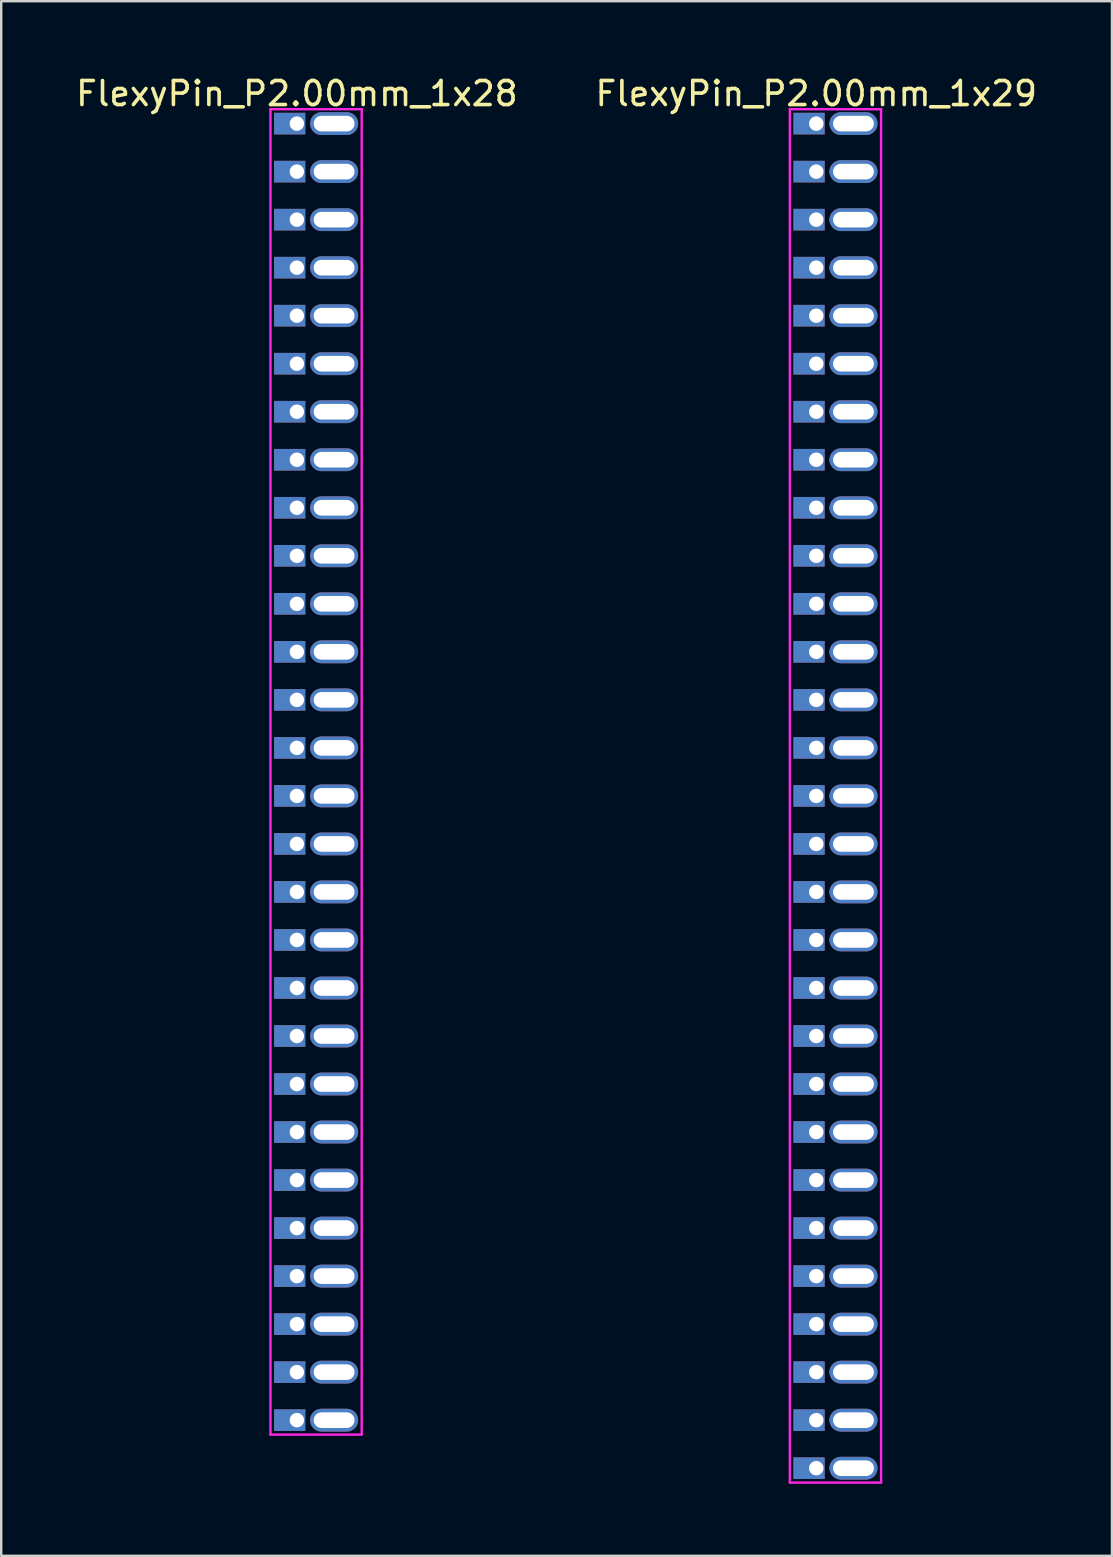
<source format=kicad_pcb>
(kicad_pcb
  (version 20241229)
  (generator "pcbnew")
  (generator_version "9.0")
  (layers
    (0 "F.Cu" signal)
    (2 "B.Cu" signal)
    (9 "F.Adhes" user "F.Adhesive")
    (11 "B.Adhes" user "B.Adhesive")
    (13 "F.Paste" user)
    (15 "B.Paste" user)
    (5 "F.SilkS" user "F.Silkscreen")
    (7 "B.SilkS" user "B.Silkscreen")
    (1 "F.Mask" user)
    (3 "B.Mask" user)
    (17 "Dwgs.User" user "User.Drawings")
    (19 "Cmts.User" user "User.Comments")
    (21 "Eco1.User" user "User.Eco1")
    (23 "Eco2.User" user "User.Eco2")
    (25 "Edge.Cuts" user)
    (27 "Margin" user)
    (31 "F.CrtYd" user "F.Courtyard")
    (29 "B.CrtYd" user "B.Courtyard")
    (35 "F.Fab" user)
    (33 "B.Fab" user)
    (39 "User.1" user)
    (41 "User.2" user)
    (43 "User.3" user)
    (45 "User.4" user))
  (footprint "FlexyPin_P2.00mm_1x29"
    (layer "F.Cu")
    (at 30.946 2.098)
    (property "Reference" "FlexyPin_P2.00mm_1x29" (at 0 -1.25 0) (layer "F.SilkS") (effects (font (size 1 1) (thickness 0.15))))
    (attr through_hole)
    (fp_line (start -1.1 -0.6) (end 2.7 -0.6) (stroke (width 0.1) (type solid)) (layer "F.CrtYd"))
    (fp_line (start -1.1 56.6) (end -1.1 -0.6) (stroke (width 0.1) (type solid)) (layer "F.CrtYd"))
    (fp_line (start 2.7 -0.6) (end 2.7 56.6) (stroke (width 0.1) (type solid)) (layer "F.CrtYd"))
    (fp_line (start 2.7 56.6) (end -1.1 56.6) (stroke (width 0.1) (type solid)) (layer "F.CrtYd"))
    (pad "" thru_hole oval (at 1.55 0) (size 2 0.95) (drill oval 1.7 0.65) (layers "*.Cu" "*.Mask"))
    (pad "" thru_hole oval (at 1.55 2) (size 2 0.95) (drill oval 1.7 0.65) (layers "*.Cu" "*.Mask"))
    (pad "" thru_hole oval (at 1.55 4) (size 2 0.95) (drill oval 1.7 0.65) (layers "*.Cu" "*.Mask"))
    (pad "" thru_hole oval (at 1.55 6) (size 2 0.95) (drill oval 1.7 0.65) (layers "*.Cu" "*.Mask"))
    (pad "" thru_hole oval (at 1.55 8) (size 2 0.95) (drill oval 1.7 0.65) (layers "*.Cu" "*.Mask"))
    (pad "" thru_hole oval (at 1.55 10) (size 2 0.95) (drill oval 1.7 0.65) (layers "*.Cu" "*.Mask"))
    (pad "" thru_hole oval (at 1.55 12) (size 2 0.95) (drill oval 1.7 0.65) (layers "*.Cu" "*.Mask"))
    (pad "" thru_hole oval (at 1.55 14) (size 2 0.95) (drill oval 1.7 0.65) (layers "*.Cu" "*.Mask"))
    (pad "" thru_hole oval (at 1.55 16) (size 2 0.95) (drill oval 1.7 0.65) (layers "*.Cu" "*.Mask"))
    (pad "" thru_hole oval (at 1.55 18) (size 2 0.95) (drill oval 1.7 0.65) (layers "*.Cu" "*.Mask"))
    (pad "" thru_hole oval (at 1.55 20) (size 2 0.95) (drill oval 1.7 0.65) (layers "*.Cu" "*.Mask"))
    (pad "" thru_hole oval (at 1.55 22) (size 2 0.95) (drill oval 1.7 0.65) (layers "*.Cu" "*.Mask"))
    (pad "" thru_hole oval (at 1.55 24) (size 2 0.95) (drill oval 1.7 0.65) (layers "*.Cu" "*.Mask"))
    (pad "" thru_hole oval (at 1.55 26) (size 2 0.95) (drill oval 1.7 0.65) (layers "*.Cu" "*.Mask"))
    (pad "" thru_hole oval (at 1.55 28) (size 2 0.95) (drill oval 1.7 0.65) (layers "*.Cu" "*.Mask"))
    (pad "" thru_hole oval (at 1.55 30) (size 2 0.95) (drill oval 1.7 0.65) (layers "*.Cu" "*.Mask"))
    (pad "" thru_hole oval (at 1.55 32) (size 2 0.95) (drill oval 1.7 0.65) (layers "*.Cu" "*.Mask"))
    (pad "" thru_hole oval (at 1.55 34) (size 2 0.95) (drill oval 1.7 0.65) (layers "*.Cu" "*.Mask"))
    (pad "" thru_hole oval (at 1.55 36) (size 2 0.95) (drill oval 1.7 0.65) (layers "*.Cu" "*.Mask"))
    (pad "" thru_hole oval (at 1.55 38) (size 2 0.95) (drill oval 1.7 0.65) (layers "*.Cu" "*.Mask"))
    (pad "" thru_hole oval (at 1.55 40) (size 2 0.95) (drill oval 1.7 0.65) (layers "*.Cu" "*.Mask"))
    (pad "" thru_hole oval (at 1.55 42) (size 2 0.95) (drill oval 1.7 0.65) (layers "*.Cu" "*.Mask"))
    (pad "" thru_hole oval (at 1.55 44) (size 2 0.95) (drill oval 1.7 0.65) (layers "*.Cu" "*.Mask"))
    (pad "" thru_hole oval (at 1.55 46) (size 2 0.95) (drill oval 1.7 0.65) (layers "*.Cu" "*.Mask"))
    (pad "" thru_hole oval (at 1.55 48) (size 2 0.95) (drill oval 1.7 0.65) (layers "*.Cu" "*.Mask"))
    (pad "" thru_hole oval (at 1.55 50) (size 2 0.95) (drill oval 1.7 0.65) (layers "*.Cu" "*.Mask"))
    (pad "" thru_hole oval (at 1.55 52) (size 2 0.95) (drill oval 1.7 0.65) (layers "*.Cu" "*.Mask"))
    (pad "" thru_hole oval (at 1.55 54) (size 2 0.95) (drill oval 1.7 0.65) (layers "*.Cu" "*.Mask"))
    (pad "" thru_hole oval (at 1.55 56) (size 2 0.95) (drill oval 1.7 0.65) (layers "*.Cu" "*.Mask"))
    (pad "1" thru_hole rect (at 0 0) (size 1.3 0.9) (drill 0.6 (offset -0.3 0)) (layers "*.Cu" "*.Mask"))
    (pad "2" thru_hole rect (at 0 2) (size 1.3 0.9) (drill 0.6 (offset -0.3 0)) (layers "*.Cu" "*.Mask"))
    (pad "3" thru_hole rect (at 0 4) (size 1.3 0.9) (drill 0.6 (offset -0.3 0)) (layers "*.Cu" "*.Mask"))
    (pad "4" thru_hole rect (at 0 6) (size 1.3 0.9) (drill 0.6 (offset -0.3 0)) (layers "*.Cu" "*.Mask"))
    (pad "5" thru_hole rect (at 0 8) (size 1.3 0.9) (drill 0.6 (offset -0.3 0)) (layers "*.Cu" "*.Mask"))
    (pad "6" thru_hole rect (at 0 10) (size 1.3 0.9) (drill 0.6 (offset -0.3 0)) (layers "*.Cu" "*.Mask"))
    (pad "7" thru_hole rect (at 0 12) (size 1.3 0.9) (drill 0.6 (offset -0.3 0)) (layers "*.Cu" "*.Mask"))
    (pad "8" thru_hole rect (at 0 14) (size 1.3 0.9) (drill 0.6 (offset -0.3 0)) (layers "*.Cu" "*.Mask"))
    (pad "9" thru_hole rect (at 0 16) (size 1.3 0.9) (drill 0.6 (offset -0.3 0)) (layers "*.Cu" "*.Mask"))
    (pad "10" thru_hole rect (at 0 18) (size 1.3 0.9) (drill 0.6 (offset -0.3 0)) (layers "*.Cu" "*.Mask"))
    (pad "11" thru_hole rect (at 0 20) (size 1.3 0.9) (drill 0.6 (offset -0.3 0)) (layers "*.Cu" "*.Mask"))
    (pad "12" thru_hole rect (at 0 22) (size 1.3 0.9) (drill 0.6 (offset -0.3 0)) (layers "*.Cu" "*.Mask"))
    (pad "13" thru_hole rect (at 0 24) (size 1.3 0.9) (drill 0.6 (offset -0.3 0)) (layers "*.Cu" "*.Mask"))
    (pad "14" thru_hole rect (at 0 26) (size 1.3 0.9) (drill 0.6 (offset -0.3 0)) (layers "*.Cu" "*.Mask"))
    (pad "15" thru_hole rect (at 0 28) (size 1.3 0.9) (drill 0.6 (offset -0.3 0)) (layers "*.Cu" "*.Mask"))
    (pad "16" thru_hole rect (at 0 30) (size 1.3 0.9) (drill 0.6 (offset -0.3 0)) (layers "*.Cu" "*.Mask"))
    (pad "17" thru_hole rect (at 0 32) (size 1.3 0.9) (drill 0.6 (offset -0.3 0)) (layers "*.Cu" "*.Mask"))
    (pad "18" thru_hole rect (at 0 34) (size 1.3 0.9) (drill 0.6 (offset -0.3 0)) (layers "*.Cu" "*.Mask"))
    (pad "19" thru_hole rect (at 0 36) (size 1.3 0.9) (drill 0.6 (offset -0.3 0)) (layers "*.Cu" "*.Mask"))
    (pad "20" thru_hole rect (at 0 38) (size 1.3 0.9) (drill 0.6 (offset -0.3 0)) (layers "*.Cu" "*.Mask"))
    (pad "21" thru_hole rect (at 0 40) (size 1.3 0.9) (drill 0.6 (offset -0.3 0)) (layers "*.Cu" "*.Mask"))
    (pad "22" thru_hole rect (at 0 42) (size 1.3 0.9) (drill 0.6 (offset -0.3 0)) (layers "*.Cu" "*.Mask"))
    (pad "23" thru_hole rect (at 0 44) (size 1.3 0.9) (drill 0.6 (offset -0.3 0)) (layers "*.Cu" "*.Mask"))
    (pad "24" thru_hole rect (at 0 46) (size 1.3 0.9) (drill 0.6 (offset -0.3 0)) (layers "*.Cu" "*.Mask"))
    (pad "25" thru_hole rect (at 0 48) (size 1.3 0.9) (drill 0.6 (offset -0.3 0)) (layers "*.Cu" "*.Mask"))
    (pad "26" thru_hole rect (at 0 50) (size 1.3 0.9) (drill 0.6 (offset -0.3 0)) (layers "*.Cu" "*.Mask"))
    (pad "27" thru_hole rect (at 0 52) (size 1.3 0.9) (drill 0.6 (offset -0.3 0)) (layers "*.Cu" "*.Mask"))
    (pad "28" thru_hole rect (at 0 54) (size 1.3 0.9) (drill 0.6 (offset -0.3 0)) (layers "*.Cu" "*.Mask"))
    (pad "29" thru_hole rect (at 0 56) (size 1.3 0.9) (drill 0.6 (offset -0.3 0)) (layers "*.Cu" "*.Mask")))
  (footprint "FlexyPin_P2.00mm_1x28"
    (layer "F.Cu")
    (at 9.315 2.098)
    (property "Reference" "FlexyPin_P2.00mm_1x28" (at 0 -1.25 0) (layer "F.SilkS") (effects (font (size 1 1) (thickness 0.15))))
    (attr through_hole)
    (fp_line (start -1.1 -0.6) (end 2.7 -0.6) (stroke (width 0.1) (type solid)) (layer "F.CrtYd"))
    (fp_line (start -1.1 54.6) (end -1.1 -0.6) (stroke (width 0.1) (type solid)) (layer "F.CrtYd"))
    (fp_line (start 2.7 -0.6) (end 2.7 54.6) (stroke (width 0.1) (type solid)) (layer "F.CrtYd"))
    (fp_line (start 2.7 54.6) (end -1.1 54.6) (stroke (width 0.1) (type solid)) (layer "F.CrtYd"))
    (pad "" thru_hole oval (at 1.55 0) (size 2 0.95) (drill oval 1.7 0.65) (layers "*.Cu" "*.Mask"))
    (pad "" thru_hole oval (at 1.55 2) (size 2 0.95) (drill oval 1.7 0.65) (layers "*.Cu" "*.Mask"))
    (pad "" thru_hole oval (at 1.55 4) (size 2 0.95) (drill oval 1.7 0.65) (layers "*.Cu" "*.Mask"))
    (pad "" thru_hole oval (at 1.55 6) (size 2 0.95) (drill oval 1.7 0.65) (layers "*.Cu" "*.Mask"))
    (pad "" thru_hole oval (at 1.55 8) (size 2 0.95) (drill oval 1.7 0.65) (layers "*.Cu" "*.Mask"))
    (pad "" thru_hole oval (at 1.55 10) (size 2 0.95) (drill oval 1.7 0.65) (layers "*.Cu" "*.Mask"))
    (pad "" thru_hole oval (at 1.55 12) (size 2 0.95) (drill oval 1.7 0.65) (layers "*.Cu" "*.Mask"))
    (pad "" thru_hole oval (at 1.55 14) (size 2 0.95) (drill oval 1.7 0.65) (layers "*.Cu" "*.Mask"))
    (pad "" thru_hole oval (at 1.55 16) (size 2 0.95) (drill oval 1.7 0.65) (layers "*.Cu" "*.Mask"))
    (pad "" thru_hole oval (at 1.55 18) (size 2 0.95) (drill oval 1.7 0.65) (layers "*.Cu" "*.Mask"))
    (pad "" thru_hole oval (at 1.55 20) (size 2 0.95) (drill oval 1.7 0.65) (layers "*.Cu" "*.Mask"))
    (pad "" thru_hole oval (at 1.55 22) (size 2 0.95) (drill oval 1.7 0.65) (layers "*.Cu" "*.Mask"))
    (pad "" thru_hole oval (at 1.55 24) (size 2 0.95) (drill oval 1.7 0.65) (layers "*.Cu" "*.Mask"))
    (pad "" thru_hole oval (at 1.55 26) (size 2 0.95) (drill oval 1.7 0.65) (layers "*.Cu" "*.Mask"))
    (pad "" thru_hole oval (at 1.55 28) (size 2 0.95) (drill oval 1.7 0.65) (layers "*.Cu" "*.Mask"))
    (pad "" thru_hole oval (at 1.55 30) (size 2 0.95) (drill oval 1.7 0.65) (layers "*.Cu" "*.Mask"))
    (pad "" thru_hole oval (at 1.55 32) (size 2 0.95) (drill oval 1.7 0.65) (layers "*.Cu" "*.Mask"))
    (pad "" thru_hole oval (at 1.55 34) (size 2 0.95) (drill oval 1.7 0.65) (layers "*.Cu" "*.Mask"))
    (pad "" thru_hole oval (at 1.55 36) (size 2 0.95) (drill oval 1.7 0.65) (layers "*.Cu" "*.Mask"))
    (pad "" thru_hole oval (at 1.55 38) (size 2 0.95) (drill oval 1.7 0.65) (layers "*.Cu" "*.Mask"))
    (pad "" thru_hole oval (at 1.55 40) (size 2 0.95) (drill oval 1.7 0.65) (layers "*.Cu" "*.Mask"))
    (pad "" thru_hole oval (at 1.55 42) (size 2 0.95) (drill oval 1.7 0.65) (layers "*.Cu" "*.Mask"))
    (pad "" thru_hole oval (at 1.55 44) (size 2 0.95) (drill oval 1.7 0.65) (layers "*.Cu" "*.Mask"))
    (pad "" thru_hole oval (at 1.55 46) (size 2 0.95) (drill oval 1.7 0.65) (layers "*.Cu" "*.Mask"))
    (pad "" thru_hole oval (at 1.55 48) (size 2 0.95) (drill oval 1.7 0.65) (layers "*.Cu" "*.Mask"))
    (pad "" thru_hole oval (at 1.55 50) (size 2 0.95) (drill oval 1.7 0.65) (layers "*.Cu" "*.Mask"))
    (pad "" thru_hole oval (at 1.55 52) (size 2 0.95) (drill oval 1.7 0.65) (layers "*.Cu" "*.Mask"))
    (pad "" thru_hole oval (at 1.55 54) (size 2 0.95) (drill oval 1.7 0.65) (layers "*.Cu" "*.Mask"))
    (pad "1" thru_hole rect (at 0 0) (size 1.3 0.9) (drill 0.6 (offset -0.3 0)) (layers "*.Cu" "*.Mask"))
    (pad "2" thru_hole rect (at 0 2) (size 1.3 0.9) (drill 0.6 (offset -0.3 0)) (layers "*.Cu" "*.Mask"))
    (pad "3" thru_hole rect (at 0 4) (size 1.3 0.9) (drill 0.6 (offset -0.3 0)) (layers "*.Cu" "*.Mask"))
    (pad "4" thru_hole rect (at 0 6) (size 1.3 0.9) (drill 0.6 (offset -0.3 0)) (layers "*.Cu" "*.Mask"))
    (pad "5" thru_hole rect (at 0 8) (size 1.3 0.9) (drill 0.6 (offset -0.3 0)) (layers "*.Cu" "*.Mask"))
    (pad "6" thru_hole rect (at 0 10) (size 1.3 0.9) (drill 0.6 (offset -0.3 0)) (layers "*.Cu" "*.Mask"))
    (pad "7" thru_hole rect (at 0 12) (size 1.3 0.9) (drill 0.6 (offset -0.3 0)) (layers "*.Cu" "*.Mask"))
    (pad "8" thru_hole rect (at 0 14) (size 1.3 0.9) (drill 0.6 (offset -0.3 0)) (layers "*.Cu" "*.Mask"))
    (pad "9" thru_hole rect (at 0 16) (size 1.3 0.9) (drill 0.6 (offset -0.3 0)) (layers "*.Cu" "*.Mask"))
    (pad "10" thru_hole rect (at 0 18) (size 1.3 0.9) (drill 0.6 (offset -0.3 0)) (layers "*.Cu" "*.Mask"))
    (pad "11" thru_hole rect (at 0 20) (size 1.3 0.9) (drill 0.6 (offset -0.3 0)) (layers "*.Cu" "*.Mask"))
    (pad "12" thru_hole rect (at 0 22) (size 1.3 0.9) (drill 0.6 (offset -0.3 0)) (layers "*.Cu" "*.Mask"))
    (pad "13" thru_hole rect (at 0 24) (size 1.3 0.9) (drill 0.6 (offset -0.3 0)) (layers "*.Cu" "*.Mask"))
    (pad "14" thru_hole rect (at 0 26) (size 1.3 0.9) (drill 0.6 (offset -0.3 0)) (layers "*.Cu" "*.Mask"))
    (pad "15" thru_hole rect (at 0 28) (size 1.3 0.9) (drill 0.6 (offset -0.3 0)) (layers "*.Cu" "*.Mask"))
    (pad "16" thru_hole rect (at 0 30) (size 1.3 0.9) (drill 0.6 (offset -0.3 0)) (layers "*.Cu" "*.Mask"))
    (pad "17" thru_hole rect (at 0 32) (size 1.3 0.9) (drill 0.6 (offset -0.3 0)) (layers "*.Cu" "*.Mask"))
    (pad "18" thru_hole rect (at 0 34) (size 1.3 0.9) (drill 0.6 (offset -0.3 0)) (layers "*.Cu" "*.Mask"))
    (pad "19" thru_hole rect (at 0 36) (size 1.3 0.9) (drill 0.6 (offset -0.3 0)) (layers "*.Cu" "*.Mask"))
    (pad "20" thru_hole rect (at 0 38) (size 1.3 0.9) (drill 0.6 (offset -0.3 0)) (layers "*.Cu" "*.Mask"))
    (pad "21" thru_hole rect (at 0 40) (size 1.3 0.9) (drill 0.6 (offset -0.3 0)) (layers "*.Cu" "*.Mask"))
    (pad "22" thru_hole rect (at 0 42) (size 1.3 0.9) (drill 0.6 (offset -0.3 0)) (layers "*.Cu" "*.Mask"))
    (pad "23" thru_hole rect (at 0 44) (size 1.3 0.9) (drill 0.6 (offset -0.3 0)) (layers "*.Cu" "*.Mask"))
    (pad "24" thru_hole rect (at 0 46) (size 1.3 0.9) (drill 0.6 (offset -0.3 0)) (layers "*.Cu" "*.Mask"))
    (pad "25" thru_hole rect (at 0 48) (size 1.3 0.9) (drill 0.6 (offset -0.3 0)) (layers "*.Cu" "*.Mask"))
    (pad "26" thru_hole rect (at 0 50) (size 1.3 0.9) (drill 0.6 (offset -0.3 0)) (layers "*.Cu" "*.Mask"))
    (pad "27" thru_hole rect (at 0 52) (size 1.3 0.9) (drill 0.6 (offset -0.3 0)) (layers "*.Cu" "*.Mask"))
    (pad "28" thru_hole rect (at 0 54) (size 1.3 0.9) (drill 0.6 (offset -0.3 0)) (layers "*.Cu" "*.Mask")))
  (gr_rect
    (start -3 -3)
    (end 43.262 61.748)
    (stroke (width 0.1) (type default))
    (fill no)
    (layer "Edge.Cuts")))
</source>
